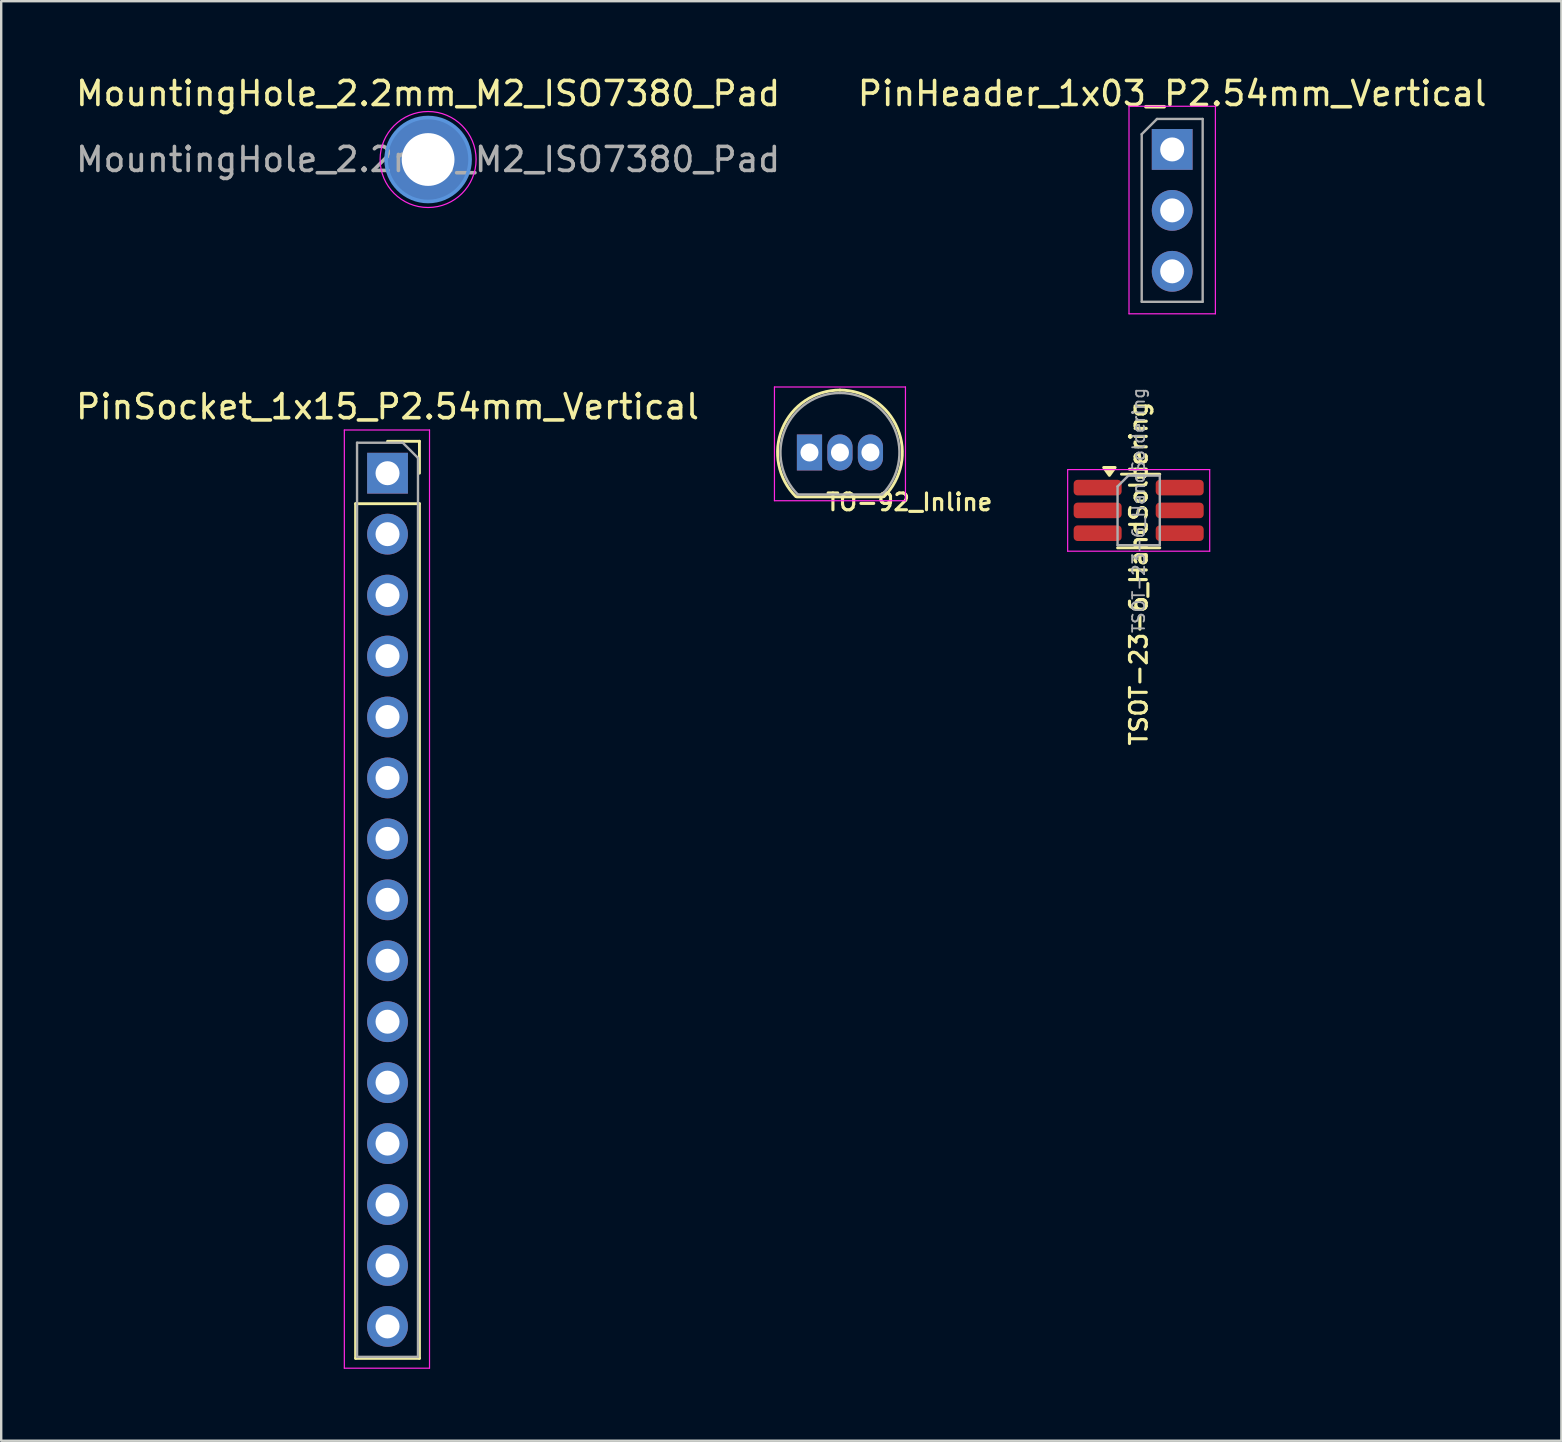
<source format=kicad_pcb>
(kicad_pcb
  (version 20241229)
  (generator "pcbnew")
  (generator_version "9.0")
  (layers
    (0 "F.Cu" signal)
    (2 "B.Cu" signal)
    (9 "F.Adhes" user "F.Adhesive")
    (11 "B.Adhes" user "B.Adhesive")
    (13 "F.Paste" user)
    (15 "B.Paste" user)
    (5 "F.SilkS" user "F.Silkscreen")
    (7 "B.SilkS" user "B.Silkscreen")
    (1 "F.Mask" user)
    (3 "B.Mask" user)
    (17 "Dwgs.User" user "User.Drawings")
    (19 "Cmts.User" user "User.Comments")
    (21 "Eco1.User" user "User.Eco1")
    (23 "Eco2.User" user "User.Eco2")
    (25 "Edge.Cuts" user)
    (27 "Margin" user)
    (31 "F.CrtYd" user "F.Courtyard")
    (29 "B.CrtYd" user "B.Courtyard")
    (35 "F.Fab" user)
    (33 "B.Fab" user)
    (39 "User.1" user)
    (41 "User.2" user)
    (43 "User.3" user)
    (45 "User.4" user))
  (footprint "TO-92_Inline"
    (layer "F.Cu")
    (at 30.687 15.808)
    (property "Reference" "TO-92_Inline" (at 4.16 2.07 0) (layer "F.SilkS") (effects (font (size 0.7 0.7) (thickness 0.13) (bold yes))))
    (attr through_hole)
    (fp_line (start -0.53 1.85) (end 3.07 1.85) (stroke (width 0.12) (type solid)) (layer "F.SilkS"))
    (fp_arc (start -0.568478 1.838478) (mid -1.132087 -0.994977) (end 1.27 -2.6) (stroke (width 0.12) (type solid)) (layer "F.SilkS"))
    (fp_arc (start 1.27 -2.6) (mid 3.672087 -0.994977) (end 3.108478 1.838478) (stroke (width 0.12) (type solid)) (layer "F.SilkS"))
    (fp_line (start -1.46 -2.73) (end -1.46 2.01) (stroke (width 0.05) (type solid)) (layer "F.CrtYd"))
    (fp_line (start -1.46 -2.73) (end 4 -2.73) (stroke (width 0.05) (type solid)) (layer "F.CrtYd"))
    (fp_line (start 4 2.01) (end -1.46 2.01) (stroke (width 0.05) (type solid)) (layer "F.CrtYd"))
    (fp_line (start 4 2.01) (end 4 -2.73) (stroke (width 0.05) (type solid)) (layer "F.CrtYd"))
    (fp_line (start -0.5 1.75) (end 3 1.75) (stroke (width 0.1) (type solid)) (layer "F.Fab"))
    (fp_arc (start -0.483625 1.753625) (mid -1.021221 -0.949055) (end 1.27 -2.48) (stroke (width 0.1) (type solid)) (layer "F.Fab"))
    (fp_arc (start 1.27 -2.48) (mid 3.561221 -0.949055) (end 3.023625 1.753625) (stroke (width 0.1) (type solid)) (layer "F.Fab"))
    (pad "1" thru_hole rect (at 0 0) (size 1.05 1.5) (drill 0.75) (layers "*.Cu" "*.Mask"))
    (pad "2" thru_hole oval (at 1.27 0) (size 1.05 1.5) (drill 0.75) (layers "*.Cu" "*.Mask"))
    (pad "3" thru_hole oval (at 2.54 0) (size 1.05 1.5) (drill 0.75) (layers "*.Cu" "*.Mask")))
  (footprint "MountingHole_2.2mm_M2_ISO7380_Pad"
    (layer "F.Cu")
    (at 14.792 3.598)
    (property "Reference" "MountingHole_2.2mm_M2_ISO7380_Pad" (at 0 -2.75 0) (layer "F.SilkS") (effects (font (size 1 1) (thickness 0.15))))
    (attr exclude_from_pos_files exclude_from_bom)
    (fp_circle (center 0 0) (end 1.75 0) (stroke (width 0.15) (type solid)) (fill no) (layer "Cmts.User"))
    (fp_circle (center 0 0) (end 2 0) (stroke (width 0.05) (type solid)) (fill no) (layer "F.CrtYd"))
    (fp_text user "${REFERENCE}" (at 0 0 0) (layer "F.Fab") (effects (font (size 1 1) (thickness 0.15))))
    (pad "1" thru_hole circle (at 0 0) (size 3.5 3.5) (drill 2.2) (layers "*.Cu" "*.Mask")))
  (footprint "PinSocket_1x15_P2.54mm_Vertical"
    (layer "F.Cu")
    (at 13.101 16.672)
    (property "Reference" "PinSocket_1x15_P2.54mm_Vertical" (at 0 -2.77 0) (layer "F.SilkS") (effects (font (size 1 1) (thickness 0.15))))
    (attr through_hole)
    (fp_line (start -1.33 1.27) (end -1.33 36.89) (stroke (width 0.12) (type solid)) (layer "F.SilkS"))
    (fp_line (start -1.33 1.27) (end 1.33 1.27) (stroke (width 0.12) (type solid)) (layer "F.SilkS"))
    (fp_line (start -1.33 36.89) (end 1.33 36.89) (stroke (width 0.12) (type solid)) (layer "F.SilkS"))
    (fp_line (start 0 -1.33) (end 1.33 -1.33) (stroke (width 0.12) (type solid)) (layer "F.SilkS"))
    (fp_line (start 1.33 -1.33) (end 1.33 0) (stroke (width 0.12) (type solid)) (layer "F.SilkS"))
    (fp_line (start 1.33 1.27) (end 1.33 36.89) (stroke (width 0.12) (type solid)) (layer "F.SilkS"))
    (fp_line (start -1.8 -1.8) (end 1.75 -1.8) (stroke (width 0.05) (type solid)) (layer "F.CrtYd"))
    (fp_line (start -1.8 37.3) (end -1.8 -1.8) (stroke (width 0.05) (type solid)) (layer "F.CrtYd"))
    (fp_line (start 1.75 -1.8) (end 1.75 37.3) (stroke (width 0.05) (type solid)) (layer "F.CrtYd"))
    (fp_line (start 1.75 37.3) (end -1.8 37.3) (stroke (width 0.05) (type solid)) (layer "F.CrtYd"))
    (fp_line (start -1.27 -1.27) (end 0.635 -1.27) (stroke (width 0.1) (type solid)) (layer "F.Fab"))
    (fp_line (start -1.27 36.83) (end -1.27 -1.27) (stroke (width 0.1) (type solid)) (layer "F.Fab"))
    (fp_line (start 0.635 -1.27) (end 1.27 -0.635) (stroke (width 0.1) (type solid)) (layer "F.Fab"))
    (fp_line (start 1.27 -0.635) (end 1.27 36.83) (stroke (width 0.1) (type solid)) (layer "F.Fab"))
    (fp_line (start 1.27 36.83) (end -1.27 36.83) (stroke (width 0.1) (type solid)) (layer "F.Fab"))
    (pad "1" thru_hole rect (at 0 0) (size 1.7 1.7) (drill 1) (layers "*.Cu" "*.Mask"))
    (pad "2" thru_hole oval (at 0 2.54) (size 1.7 1.7) (drill 1) (layers "*.Cu" "*.Mask"))
    (pad "3" thru_hole oval (at 0 5.08) (size 1.7 1.7) (drill 1) (layers "*.Cu" "*.Mask"))
    (pad "4" thru_hole oval (at 0 7.62) (size 1.7 1.7) (drill 1) (layers "*.Cu" "*.Mask"))
    (pad "5" thru_hole oval (at 0 10.16) (size 1.7 1.7) (drill 1) (layers "*.Cu" "*.Mask"))
    (pad "6" thru_hole oval (at 0 12.7) (size 1.7 1.7) (drill 1) (layers "*.Cu" "*.Mask"))
    (pad "7" thru_hole oval (at 0 15.24) (size 1.7 1.7) (drill 1) (layers "*.Cu" "*.Mask"))
    (pad "8" thru_hole oval (at 0 17.78) (size 1.7 1.7) (drill 1) (layers "*.Cu" "*.Mask"))
    (pad "9" thru_hole oval (at 0 20.32) (size 1.7 1.7) (drill 1) (layers "*.Cu" "*.Mask"))
    (pad "10" thru_hole oval (at 0 22.86) (size 1.7 1.7) (drill 1) (layers "*.Cu" "*.Mask"))
    (pad "11" thru_hole oval (at 0 25.4) (size 1.7 1.7) (drill 1) (layers "*.Cu" "*.Mask"))
    (pad "12" thru_hole oval (at 0 27.94) (size 1.7 1.7) (drill 1) (layers "*.Cu" "*.Mask"))
    (pad "13" thru_hole oval (at 0 30.48) (size 1.7 1.7) (drill 1) (layers "*.Cu" "*.Mask"))
    (pad "14" thru_hole oval (at 0 33.02) (size 1.7 1.7) (drill 1) (layers "*.Cu" "*.Mask"))
    (pad "15" thru_hole oval (at 0 35.56) (size 1.7 1.7) (drill 1) (layers "*.Cu" "*.Mask")))
  (footprint "PinHeader_1x03_P2.54mm_Vertical"
    (layer "F.Cu")
    (at 45.804 3.178)
    (property "Reference" "PinHeader_1x03_P2.54mm_Vertical" (at 0 -2.33 0) (layer "F.SilkS") (effects (font (size 1 1) (thickness 0.15))))
    (attr through_hole exclude_from_bom)
    (fp_line (start -1.8 -1.8) (end -1.8 6.85) (stroke (width 0.05) (type solid)) (layer "F.CrtYd"))
    (fp_line (start -1.8 6.85) (end 1.8 6.85) (stroke (width 0.05) (type solid)) (layer "F.CrtYd"))
    (fp_line (start 1.8 -1.8) (end -1.8 -1.8) (stroke (width 0.05) (type solid)) (layer "F.CrtYd"))
    (fp_line (start 1.8 6.85) (end 1.8 -1.8) (stroke (width 0.05) (type solid)) (layer "F.CrtYd"))
    (fp_line (start -1.27 -0.635) (end -0.635 -1.27) (stroke (width 0.1) (type solid)) (layer "F.Fab"))
    (fp_line (start -1.27 6.35) (end -1.27 -0.635) (stroke (width 0.1) (type solid)) (layer "F.Fab"))
    (fp_line (start -0.635 -1.27) (end 1.27 -1.27) (stroke (width 0.1) (type solid)) (layer "F.Fab"))
    (fp_line (start 1.27 -1.27) (end 1.27 6.35) (stroke (width 0.1) (type solid)) (layer "F.Fab"))
    (fp_line (start 1.27 6.35) (end -1.27 6.35) (stroke (width 0.1) (type solid)) (layer "F.Fab"))
    (pad "1" thru_hole rect (at 0 0) (size 1.7 1.7) (drill 1) (layers "*.Cu" "*.Mask"))
    (pad "2" thru_hole oval (at 0 2.54) (size 1.7 1.7) (drill 1) (layers "*.Cu" "*.Mask"))
    (pad "3" thru_hole oval (at 0 5.08) (size 1.7 1.7) (drill 1) (layers "*.Cu" "*.Mask")))
  (footprint "TSOT-23-6_HandSoldering"
    (layer "F.Cu")
    (at 44.407 18.223)
    (property "Reference" "TSOT-23-6_HandSoldering" (at 0 2.632 90) (layer "F.SilkS") (effects (font (size 0.7 0.7) (thickness 0.13) (bold yes))))
    (attr smd)
    (fp_line (start -0.88 1.56) (end 0.88 1.56) (stroke (width 0.12) (type solid)) (layer "F.SilkS"))
    (fp_line (start 0.08 -1.51) (end -0.72 -1.51) (stroke (width 0.12) (type solid)) (layer "F.SilkS"))
    (fp_line (start 0.08 -1.51) (end 0.88 -1.51) (stroke (width 0.12) (type solid)) (layer "F.SilkS"))
    (fp_poly (pts (xy -1.22 -1.46) (xy -1.46 -1.79) (xy -0.98 -1.79) (xy -1.22 -1.46)) (stroke (width 0.12) (type solid)) (fill yes) (layer "F.SilkS"))
    (fp_line (start -2.96 -1.7) (end -2.96 1.7) (stroke (width 0.05) (type solid)) (layer "F.CrtYd"))
    (fp_line (start -2.96 -1.7) (end 2.96 -1.7) (stroke (width 0.05) (type solid)) (layer "F.CrtYd"))
    (fp_line (start 2.96 1.7) (end -2.96 1.7) (stroke (width 0.05) (type solid)) (layer "F.CrtYd"))
    (fp_line (start 2.96 1.7) (end 2.96 -1.7) (stroke (width 0.05) (type solid)) (layer "F.CrtYd"))
    (fp_line (start -0.88 -1) (end -0.88 1.45) (stroke (width 0.1) (type solid)) (layer "F.Fab"))
    (fp_line (start -0.88 -1) (end -0.43 -1.45) (stroke (width 0.1) (type solid)) (layer "F.Fab"))
    (fp_line (start 0.88 -1.45) (end -0.43 -1.45) (stroke (width 0.1) (type solid)) (layer "F.Fab"))
    (fp_line (start 0.88 -1.45) (end 0.88 1.45) (stroke (width 0.1) (type solid)) (layer "F.Fab"))
    (fp_line (start 0.88 1.45) (end -0.88 1.45) (stroke (width 0.1) (type solid)) (layer "F.Fab"))
    (fp_text user "${REFERENCE}" (at 0 0 90) (layer "F.Fab") (effects (font (size 0.5 0.5) (thickness 0.075))))
    (pad "1" smd roundrect (at -1.71 -0.95 180) (size 2 0.65) (layers "F.Cu" "F.Mask" "F.Paste") (roundrect_rratio 0.25))
    (pad "2" smd roundrect (at -1.71 0 180) (size 2 0.65) (layers "F.Cu" "F.Mask" "F.Paste") (roundrect_rratio 0.25))
    (pad "3" smd roundrect (at -1.71 0.95 180) (size 2 0.65) (layers "F.Cu" "F.Mask" "F.Paste") (roundrect_rratio 0.25))
    (pad "4" smd roundrect (at 1.71 0.95 180) (size 2 0.65) (layers "F.Cu" "F.Mask" "F.Paste") (roundrect_rratio 0.25))
    (pad "5" smd roundrect (at 1.71 0 180) (size 2 0.65) (layers "F.Cu" "F.Mask" "F.Paste") (roundrect_rratio 0.25))
    (pad "6" smd roundrect (at 1.71 -0.95 180) (size 2 0.65) (layers "F.Cu" "F.Mask" "F.Paste") (roundrect_rratio 0.25)))
  (gr_rect
    (start -3 -3)
    (end 62.024 56.996)
    (stroke (width 0.1) (type default))
    (fill no)
    (layer "Edge.Cuts")))
</source>
